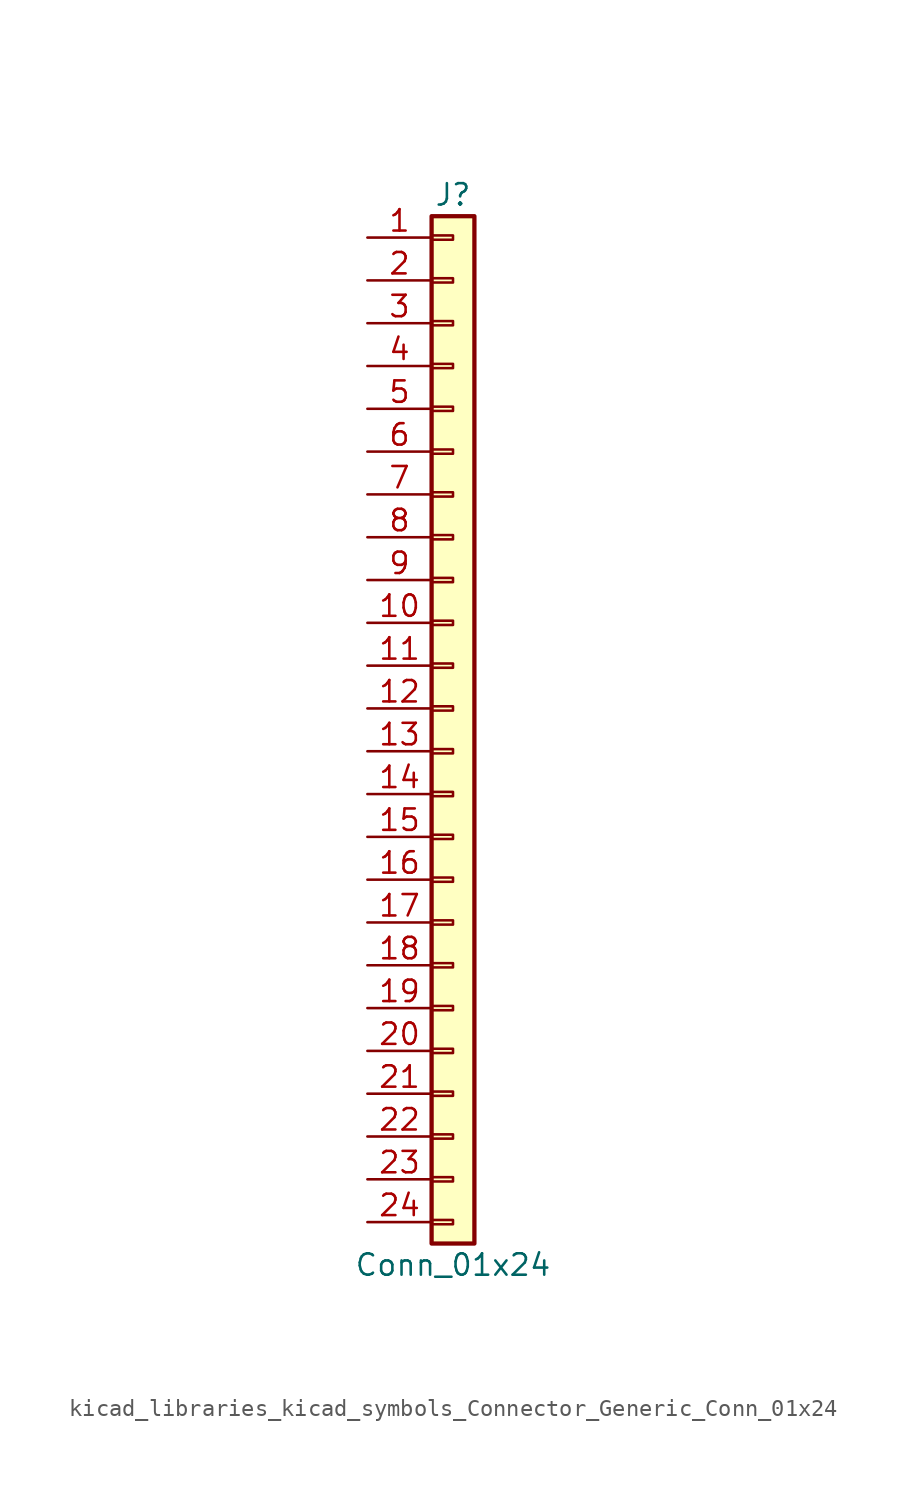
<source format=kicad_sym>
(kicad_symbol_lib
  (version 20220914)
  (generator kicad_symbol_editor)
  (symbol "kicad_libraries_kicad_symbols_Connector_Generic_Conn_01x24"
    (pin_names
      (offset 1.016) hide)
    (property "Reference" "J"
      (at 0 30.48 0)
      (effects (font (size 1.27 1.27))))
    (property "Value" "Conn_01x24"
      (at 0 -33.02 0)
      (effects (font (size 1.27 1.27))))
    (symbol "kicad_libraries_kicad_symbols_Connector_Generic_Conn_01x24_1_1"
      (rectangle (start -1.27 -30.353) (end 0 -30.607) (stroke (width 0.152) (type default)) (fill (type none)))
      (rectangle (start -1.27 -27.813) (end 0 -28.067) (stroke (width 0.152) (type default)) (fill (type none)))
      (rectangle (start -1.27 -25.273) (end 0 -25.527) (stroke (width 0.152) (type default)) (fill (type none)))
      (rectangle (start -1.27 -22.733) (end 0 -22.987) (stroke (width 0.152) (type default)) (fill (type none)))
      (rectangle (start -1.27 -20.193) (end 0 -20.447) (stroke (width 0.152) (type default)) (fill (type none)))
      (rectangle (start -1.27 -17.653) (end 0 -17.907) (stroke (width 0.152) (type default)) (fill (type none)))
      (rectangle (start -1.27 -15.113) (end 0 -15.367) (stroke (width 0.152) (type default)) (fill (type none)))
      (rectangle (start -1.27 -12.573) (end 0 -12.827) (stroke (width 0.152) (type default)) (fill (type none)))
      (rectangle (start -1.27 -10.033) (end 0 -10.287) (stroke (width 0.152) (type default)) (fill (type none)))
      (rectangle (start -1.27 -7.493) (end 0 -7.747) (stroke (width 0.152) (type default)) (fill (type none)))
      (rectangle (start -1.27 -4.953) (end 0 -5.207) (stroke (width 0.152) (type default)) (fill (type none)))
      (rectangle (start -1.27 -2.413) (end 0 -2.667) (stroke (width 0.152) (type default)) (fill (type none)))
      (rectangle (start -1.27 0.127) (end 0 -0.127) (stroke (width 0.152) (type default)) (fill (type none)))
      (rectangle (start -1.27 2.667) (end 0 2.413) (stroke (width 0.152) (type default)) (fill (type none)))
      (rectangle (start -1.27 5.207) (end 0 4.953) (stroke (width 0.152) (type default)) (fill (type none)))
      (rectangle (start -1.27 7.747) (end 0 7.493) (stroke (width 0.152) (type default)) (fill (type none)))
      (rectangle (start -1.27 10.287) (end 0 10.033) (stroke (width 0.152) (type default)) (fill (type none)))
      (rectangle (start -1.27 12.827) (end 0 12.573) (stroke (width 0.152) (type default)) (fill (type none)))
      (rectangle (start -1.27 15.367) (end 0 15.113) (stroke (width 0.152) (type default)) (fill (type none)))
      (rectangle (start -1.27 17.907) (end 0 17.653) (stroke (width 0.152) (type default)) (fill (type none)))
      (rectangle (start -1.27 20.447) (end 0 20.193) (stroke (width 0.152) (type default)) (fill (type none)))
      (rectangle (start -1.27 22.987) (end 0 22.733) (stroke (width 0.152) (type default)) (fill (type none)))
      (rectangle (start -1.27 25.527) (end 0 25.273) (stroke (width 0.152) (type default)) (fill (type none)))
      (rectangle (start -1.27 28.067) (end 0 27.813) (stroke (width 0.152) (type default)) (fill (type none)))
      (rectangle (start -1.27 29.21) (end 1.27 -31.75) (stroke (width 0.254) (type default)) (fill (type background)))
      (pin passive line (at -5.08 27.94 0) (length 3.81) (name "Pin_1" (effects (font (size 1.27 1.27)))) (number "1" (effects (font (size 1.27 1.27)))))
      (pin passive line (at -5.08 5.08 0) (length 3.81) (name "Pin_10" (effects (font (size 1.27 1.27)))) (number "10" (effects (font (size 1.27 1.27)))))
      (pin passive line (at -5.08 2.54 0) (length 3.81) (name "Pin_11" (effects (font (size 1.27 1.27)))) (number "11" (effects (font (size 1.27 1.27)))))
      (pin passive line (at -5.08 0 0) (length 3.81) (name "Pin_12" (effects (font (size 1.27 1.27)))) (number "12" (effects (font (size 1.27 1.27)))))
      (pin passive line (at -5.08 -2.54 0) (length 3.81) (name "Pin_13" (effects (font (size 1.27 1.27)))) (number "13" (effects (font (size 1.27 1.27)))))
      (pin passive line (at -5.08 -5.08 0) (length 3.81) (name "Pin_14" (effects (font (size 1.27 1.27)))) (number "14" (effects (font (size 1.27 1.27)))))
      (pin passive line (at -5.08 -7.62 0) (length 3.81) (name "Pin_15" (effects (font (size 1.27 1.27)))) (number "15" (effects (font (size 1.27 1.27)))))
      (pin passive line (at -5.08 -10.16 0) (length 3.81) (name "Pin_16" (effects (font (size 1.27 1.27)))) (number "16" (effects (font (size 1.27 1.27)))))
      (pin passive line (at -5.08 -12.7 0) (length 3.81) (name "Pin_17" (effects (font (size 1.27 1.27)))) (number "17" (effects (font (size 1.27 1.27)))))
      (pin passive line (at -5.08 -15.24 0) (length 3.81) (name "Pin_18" (effects (font (size 1.27 1.27)))) (number "18" (effects (font (size 1.27 1.27)))))
      (pin passive line (at -5.08 -17.78 0) (length 3.81) (name "Pin_19" (effects (font (size 1.27 1.27)))) (number "19" (effects (font (size 1.27 1.27)))))
      (pin passive line (at -5.08 25.4 0) (length 3.81) (name "Pin_2" (effects (font (size 1.27 1.27)))) (number "2" (effects (font (size 1.27 1.27)))))
      (pin passive line (at -5.08 -20.32 0) (length 3.81) (name "Pin_20" (effects (font (size 1.27 1.27)))) (number "20" (effects (font (size 1.27 1.27)))))
      (pin passive line (at -5.08 -22.86 0) (length 3.81) (name "Pin_21" (effects (font (size 1.27 1.27)))) (number "21" (effects (font (size 1.27 1.27)))))
      (pin passive line (at -5.08 -25.4 0) (length 3.81) (name "Pin_22" (effects (font (size 1.27 1.27)))) (number "22" (effects (font (size 1.27 1.27)))))
      (pin passive line (at -5.08 -27.94 0) (length 3.81) (name "Pin_23" (effects (font (size 1.27 1.27)))) (number "23" (effects (font (size 1.27 1.27)))))
      (pin passive line (at -5.08 -30.48 0) (length 3.81) (name "Pin_24" (effects (font (size 1.27 1.27)))) (number "24" (effects (font (size 1.27 1.27)))))
      (pin passive line (at -5.08 22.86 0) (length 3.81) (name "Pin_3" (effects (font (size 1.27 1.27)))) (number "3" (effects (font (size 1.27 1.27)))))
      (pin passive line (at -5.08 20.32 0) (length 3.81) (name "Pin_4" (effects (font (size 1.27 1.27)))) (number "4" (effects (font (size 1.27 1.27)))))
      (pin passive line (at -5.08 17.78 0) (length 3.81) (name "Pin_5" (effects (font (size 1.27 1.27)))) (number "5" (effects (font (size 1.27 1.27)))))
      (pin passive line (at -5.08 15.24 0) (length 3.81) (name "Pin_6" (effects (font (size 1.27 1.27)))) (number "6" (effects (font (size 1.27 1.27)))))
      (pin passive line (at -5.08 12.7 0) (length 3.81) (name "Pin_7" (effects (font (size 1.27 1.27)))) (number "7" (effects (font (size 1.27 1.27)))))
      (pin passive line (at -5.08 10.16 0) (length 3.81) (name "Pin_8" (effects (font (size 1.27 1.27)))) (number "8" (effects (font (size 1.27 1.27)))))
      (pin passive line (at -5.08 7.62 0) (length 3.81) (name "Pin_9" (effects (font (size 1.27 1.27)))) (number "9" (effects (font (size 1.27 1.27))))))))
</source>
